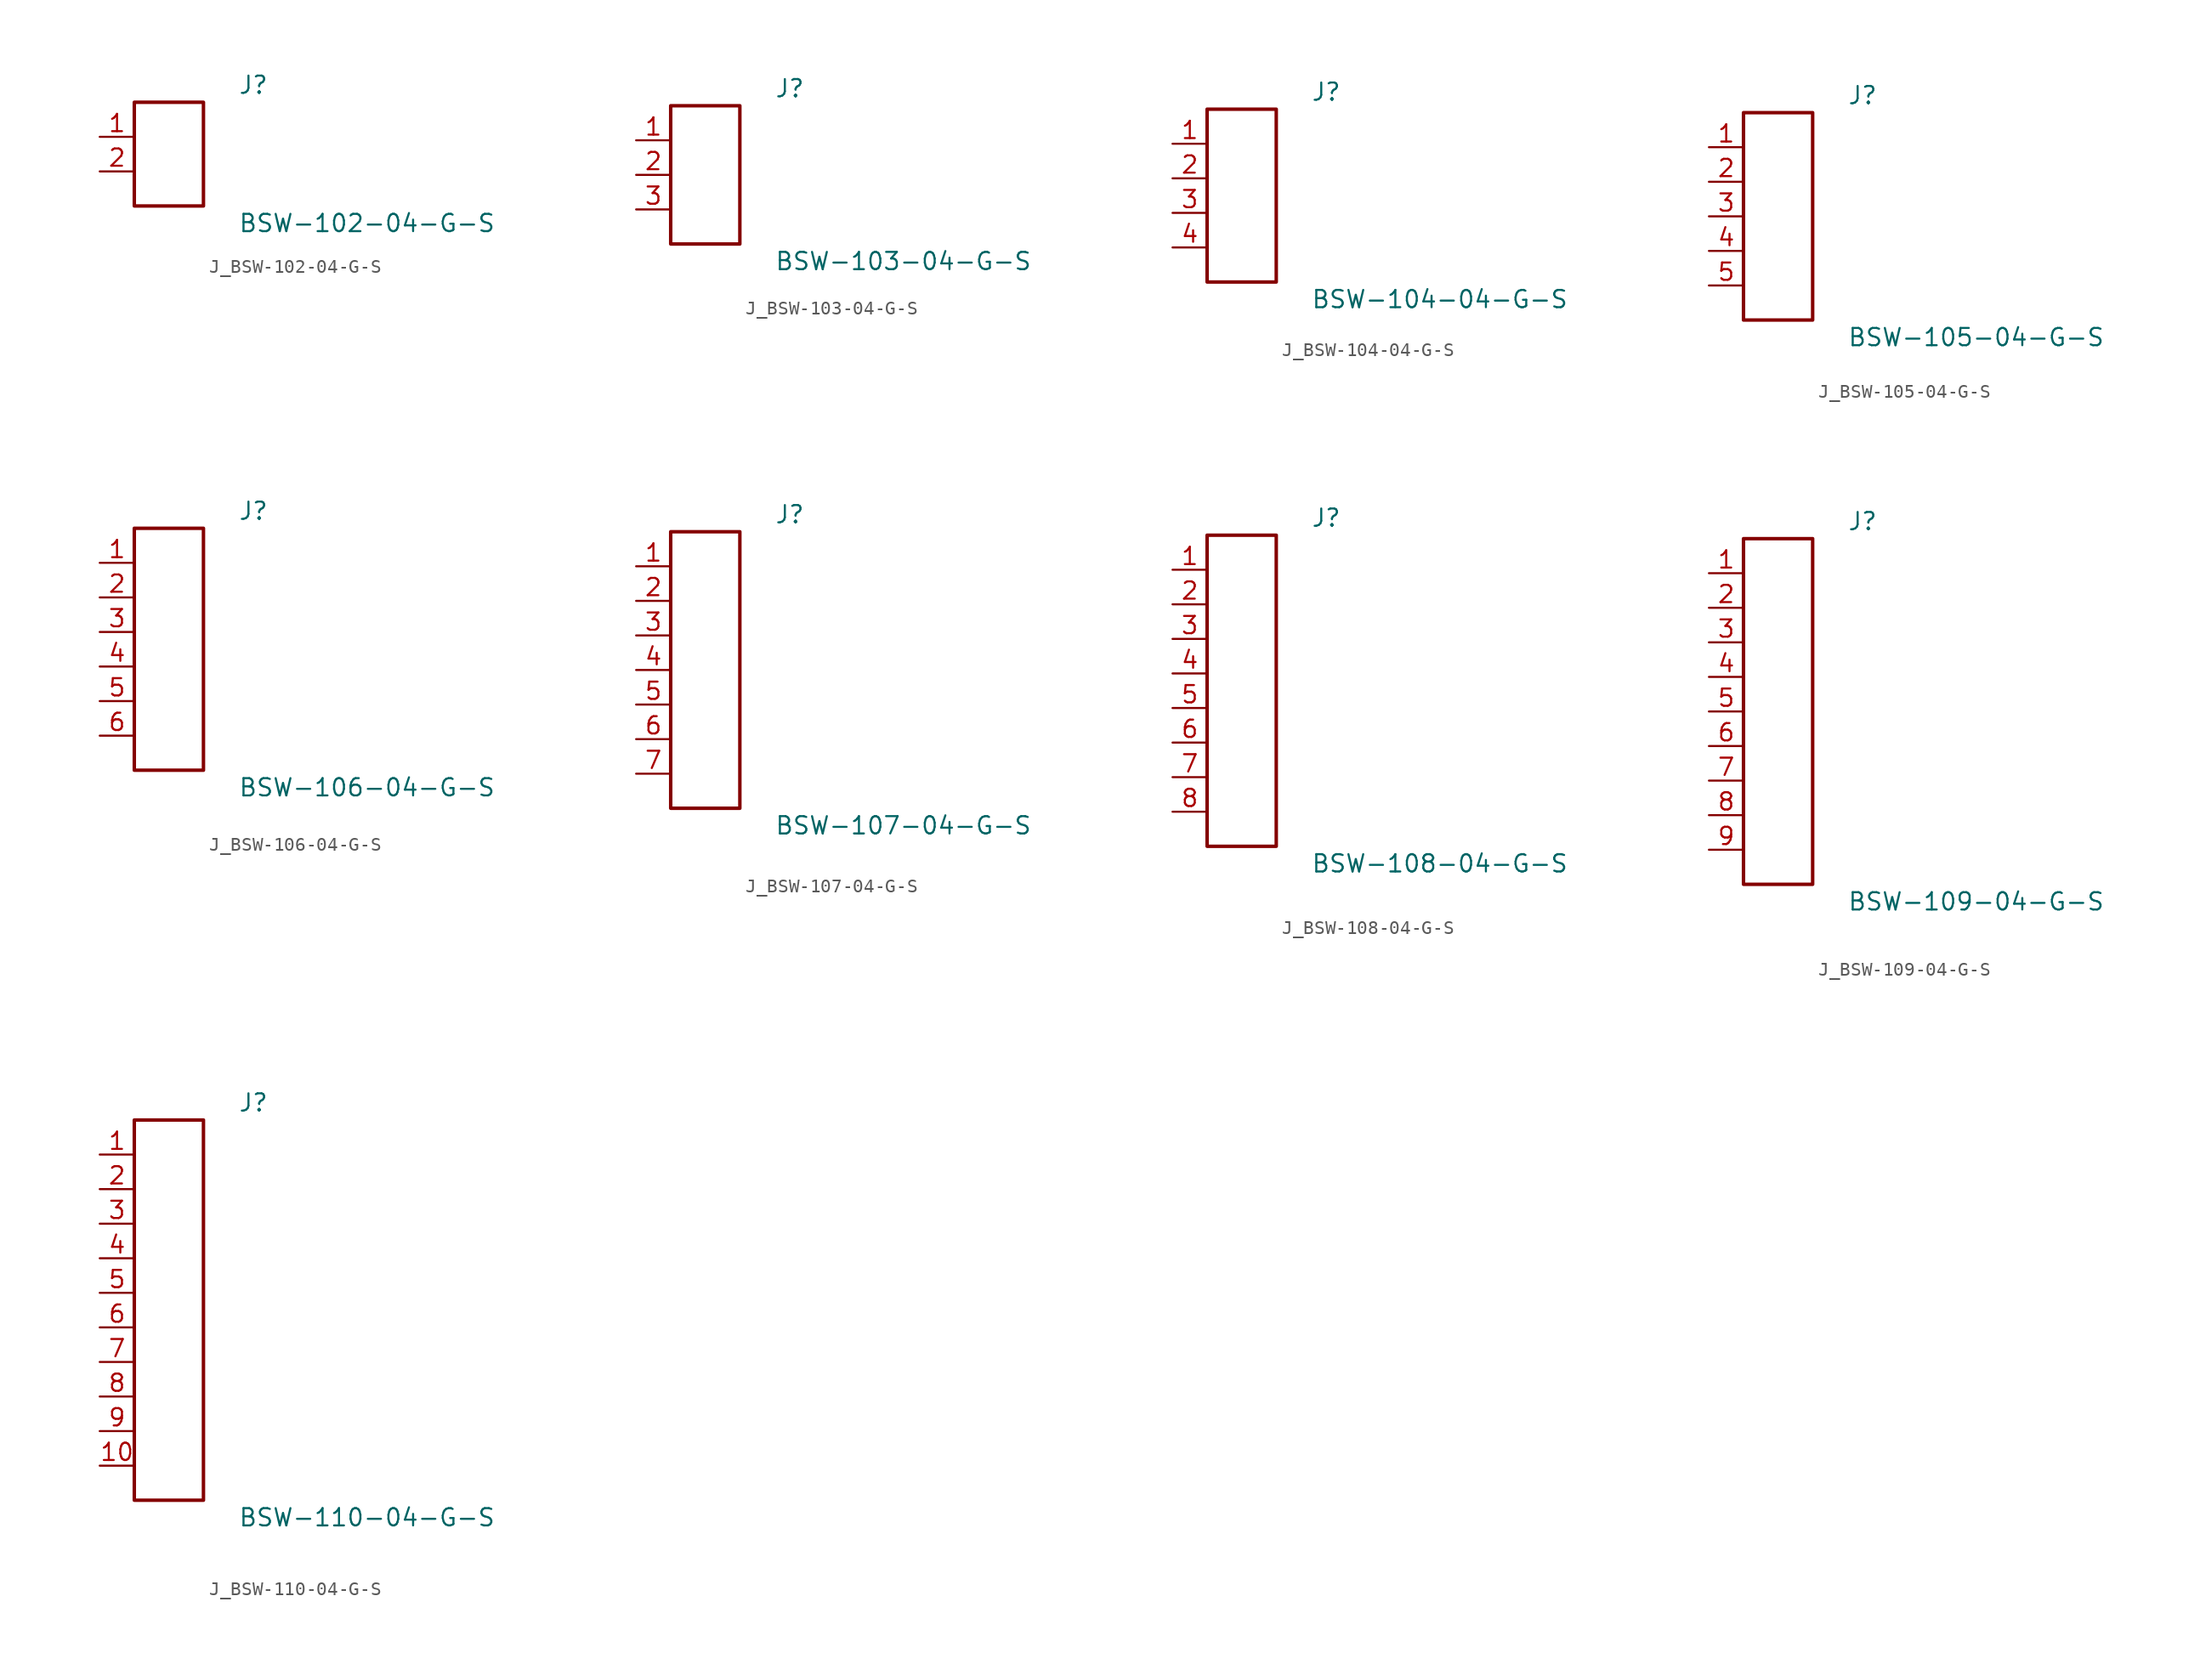
<source format=kicad_sym>
(kicad_symbol_lib
  (version 20231120)
  (generator kicad_symbol_editor)
  (generator_version 8.0)
  (symbol "J_BSW-102-04-G-S"
    (pin_names
      (offset 0.254))
    (property "Reference" "J"
      (at 5.08 5.08 0)
      (effects (font (size 1.27 1.27)) (justify left)))
    (property "Value" "BSW-102-04-G-S"
      (at 5.08 -5.08 0)
      (effects (font (size 1.27 1.27)) (justify left)))
    (symbol "J_BSW-102-04-G-S_0_0"
      (pin unspecified line (at -5.08 1.27 0) (length 2.54) (name "" (effects (font (size 1.27 1.27)))) (number "1" (effects (font (size 1.27 1.27)))))
      (pin unspecified line (at -5.08 -1.27 0) (length 2.54) (name "" (effects (font (size 1.27 1.27)))) (number "2" (effects (font (size 1.27 1.27))))))
    (symbol "J_BSW-102-04-G-S_1_0"
      (rectangle (start -2.54 3.81) (end 2.54 -3.81) (stroke (width 0.254) (type solid)) (fill (type none)))))
  (symbol "J_BSW-103-04-G-S"
    (pin_names
      (offset 0.254))
    (property "Reference" "J"
      (at 5.08 6.35 0)
      (effects (font (size 1.27 1.27)) (justify left)))
    (property "Value" "BSW-103-04-G-S"
      (at 5.08 -6.35 0)
      (effects (font (size 1.27 1.27)) (justify left)))
    (symbol "J_BSW-103-04-G-S_0_0"
      (pin unspecified line (at -5.08 2.54 0) (length 2.54) (name "" (effects (font (size 1.27 1.27)))) (number "1" (effects (font (size 1.27 1.27)))))
      (pin unspecified line (at -5.08 0.0 0) (length 2.54) (name "" (effects (font (size 1.27 1.27)))) (number "2" (effects (font (size 1.27 1.27)))))
      (pin unspecified line (at -5.08 -2.54 0) (length 2.54) (name "" (effects (font (size 1.27 1.27)))) (number "3" (effects (font (size 1.27 1.27))))))
    (symbol "J_BSW-103-04-G-S_1_0"
      (rectangle (start -2.54 5.08) (end 2.54 -5.08) (stroke (width 0.254) (type solid)) (fill (type none)))))
  (symbol "J_BSW-104-04-G-S"
    (pin_names
      (offset 0.254))
    (property "Reference" "J"
      (at 5.08 7.62 0)
      (effects (font (size 1.27 1.27)) (justify left)))
    (property "Value" "BSW-104-04-G-S"
      (at 5.08 -7.62 0)
      (effects (font (size 1.27 1.27)) (justify left)))
    (symbol "J_BSW-104-04-G-S_0_0"
      (pin unspecified line (at -5.08 3.81 0) (length 2.54) (name "" (effects (font (size 1.27 1.27)))) (number "1" (effects (font (size 1.27 1.27)))))
      (pin unspecified line (at -5.08 1.27 0) (length 2.54) (name "" (effects (font (size 1.27 1.27)))) (number "2" (effects (font (size 1.27 1.27)))))
      (pin unspecified line (at -5.08 -1.27 0) (length 2.54) (name "" (effects (font (size 1.27 1.27)))) (number "3" (effects (font (size 1.27 1.27)))))
      (pin unspecified line (at -5.08 -3.81 0) (length 2.54) (name "" (effects (font (size 1.27 1.27)))) (number "4" (effects (font (size 1.27 1.27))))))
    (symbol "J_BSW-104-04-G-S_1_0"
      (rectangle (start -2.54 6.35) (end 2.54 -6.35) (stroke (width 0.254) (type solid)) (fill (type none)))))
  (symbol "J_BSW-105-04-G-S"
    (pin_names
      (offset 0.254))
    (property "Reference" "J"
      (at 5.08 8.89 0)
      (effects (font (size 1.27 1.27)) (justify left)))
    (property "Value" "BSW-105-04-G-S"
      (at 5.08 -8.89 0)
      (effects (font (size 1.27 1.27)) (justify left)))
    (symbol "J_BSW-105-04-G-S_0_0"
      (pin unspecified line (at -5.08 5.08 0) (length 2.54) (name "" (effects (font (size 1.27 1.27)))) (number "1" (effects (font (size 1.27 1.27)))))
      (pin unspecified line (at -5.08 2.54 0) (length 2.54) (name "" (effects (font (size 1.27 1.27)))) (number "2" (effects (font (size 1.27 1.27)))))
      (pin unspecified line (at -5.08 0.0 0) (length 2.54) (name "" (effects (font (size 1.27 1.27)))) (number "3" (effects (font (size 1.27 1.27)))))
      (pin unspecified line (at -5.08 -2.54 0) (length 2.54) (name "" (effects (font (size 1.27 1.27)))) (number "4" (effects (font (size 1.27 1.27)))))
      (pin unspecified line (at -5.08 -5.08 0) (length 2.54) (name "" (effects (font (size 1.27 1.27)))) (number "5" (effects (font (size 1.27 1.27))))))
    (symbol "J_BSW-105-04-G-S_1_0"
      (rectangle (start -2.54 7.62) (end 2.54 -7.62) (stroke (width 0.254) (type solid)) (fill (type none)))))
  (symbol "J_BSW-106-04-G-S"
    (pin_names
      (offset 0.254))
    (property "Reference" "J"
      (at 5.08 10.16 0)
      (effects (font (size 1.27 1.27)) (justify left)))
    (property "Value" "BSW-106-04-G-S"
      (at 5.08 -10.16 0)
      (effects (font (size 1.27 1.27)) (justify left)))
    (symbol "J_BSW-106-04-G-S_0_0"
      (pin unspecified line (at -5.08 6.35 0) (length 2.54) (name "" (effects (font (size 1.27 1.27)))) (number "1" (effects (font (size 1.27 1.27)))))
      (pin unspecified line (at -5.08 3.81 0) (length 2.54) (name "" (effects (font (size 1.27 1.27)))) (number "2" (effects (font (size 1.27 1.27)))))
      (pin unspecified line (at -5.08 1.27 0) (length 2.54) (name "" (effects (font (size 1.27 1.27)))) (number "3" (effects (font (size 1.27 1.27)))))
      (pin unspecified line (at -5.08 -1.27 0) (length 2.54) (name "" (effects (font (size 1.27 1.27)))) (number "4" (effects (font (size 1.27 1.27)))))
      (pin unspecified line (at -5.08 -3.81 0) (length 2.54) (name "" (effects (font (size 1.27 1.27)))) (number "5" (effects (font (size 1.27 1.27)))))
      (pin unspecified line (at -5.08 -6.35 0) (length 2.54) (name "" (effects (font (size 1.27 1.27)))) (number "6" (effects (font (size 1.27 1.27))))))
    (symbol "J_BSW-106-04-G-S_1_0"
      (rectangle (start -2.54 8.89) (end 2.54 -8.89) (stroke (width 0.254) (type solid)) (fill (type none)))))
  (symbol "J_BSW-107-04-G-S"
    (pin_names
      (offset 0.254))
    (property "Reference" "J"
      (at 5.08 11.43 0)
      (effects (font (size 1.27 1.27)) (justify left)))
    (property "Value" "BSW-107-04-G-S"
      (at 5.08 -11.43 0)
      (effects (font (size 1.27 1.27)) (justify left)))
    (symbol "J_BSW-107-04-G-S_0_0"
      (pin unspecified line (at -5.08 7.62 0) (length 2.54) (name "" (effects (font (size 1.27 1.27)))) (number "1" (effects (font (size 1.27 1.27)))))
      (pin unspecified line (at -5.08 5.08 0) (length 2.54) (name "" (effects (font (size 1.27 1.27)))) (number "2" (effects (font (size 1.27 1.27)))))
      (pin unspecified line (at -5.08 2.54 0) (length 2.54) (name "" (effects (font (size 1.27 1.27)))) (number "3" (effects (font (size 1.27 1.27)))))
      (pin unspecified line (at -5.08 0.0 0) (length 2.54) (name "" (effects (font (size 1.27 1.27)))) (number "4" (effects (font (size 1.27 1.27)))))
      (pin unspecified line (at -5.08 -2.54 0) (length 2.54) (name "" (effects (font (size 1.27 1.27)))) (number "5" (effects (font (size 1.27 1.27)))))
      (pin unspecified line (at -5.08 -5.08 0) (length 2.54) (name "" (effects (font (size 1.27 1.27)))) (number "6" (effects (font (size 1.27 1.27)))))
      (pin unspecified line (at -5.08 -7.62 0) (length 2.54) (name "" (effects (font (size 1.27 1.27)))) (number "7" (effects (font (size 1.27 1.27))))))
    (symbol "J_BSW-107-04-G-S_1_0"
      (rectangle (start -2.54 10.16) (end 2.54 -10.16) (stroke (width 0.254) (type solid)) (fill (type none)))))
  (symbol "J_BSW-108-04-G-S"
    (pin_names
      (offset 0.254))
    (property "Reference" "J"
      (at 5.08 12.7 0)
      (effects (font (size 1.27 1.27)) (justify left)))
    (property "Value" "BSW-108-04-G-S"
      (at 5.08 -12.7 0)
      (effects (font (size 1.27 1.27)) (justify left)))
    (symbol "J_BSW-108-04-G-S_0_0"
      (pin unspecified line (at -5.08 8.89 0) (length 2.54) (name "" (effects (font (size 1.27 1.27)))) (number "1" (effects (font (size 1.27 1.27)))))
      (pin unspecified line (at -5.08 6.35 0) (length 2.54) (name "" (effects (font (size 1.27 1.27)))) (number "2" (effects (font (size 1.27 1.27)))))
      (pin unspecified line (at -5.08 3.81 0) (length 2.54) (name "" (effects (font (size 1.27 1.27)))) (number "3" (effects (font (size 1.27 1.27)))))
      (pin unspecified line (at -5.08 1.27 0) (length 2.54) (name "" (effects (font (size 1.27 1.27)))) (number "4" (effects (font (size 1.27 1.27)))))
      (pin unspecified line (at -5.08 -1.27 0) (length 2.54) (name "" (effects (font (size 1.27 1.27)))) (number "5" (effects (font (size 1.27 1.27)))))
      (pin unspecified line (at -5.08 -3.81 0) (length 2.54) (name "" (effects (font (size 1.27 1.27)))) (number "6" (effects (font (size 1.27 1.27)))))
      (pin unspecified line (at -5.08 -6.35 0) (length 2.54) (name "" (effects (font (size 1.27 1.27)))) (number "7" (effects (font (size 1.27 1.27)))))
      (pin unspecified line (at -5.08 -8.89 0) (length 2.54) (name "" (effects (font (size 1.27 1.27)))) (number "8" (effects (font (size 1.27 1.27))))))
    (symbol "J_BSW-108-04-G-S_1_0"
      (rectangle (start -2.54 11.43) (end 2.54 -11.43) (stroke (width 0.254) (type solid)) (fill (type none)))))
  (symbol "J_BSW-109-04-G-S"
    (pin_names
      (offset 0.254))
    (property "Reference" "J"
      (at 5.08 13.97 0)
      (effects (font (size 1.27 1.27)) (justify left)))
    (property "Value" "BSW-109-04-G-S"
      (at 5.08 -13.97 0)
      (effects (font (size 1.27 1.27)) (justify left)))
    (symbol "J_BSW-109-04-G-S_0_0"
      (pin unspecified line (at -5.08 10.16 0) (length 2.54) (name "" (effects (font (size 1.27 1.27)))) (number "1" (effects (font (size 1.27 1.27)))))
      (pin unspecified line (at -5.08 7.62 0) (length 2.54) (name "" (effects (font (size 1.27 1.27)))) (number "2" (effects (font (size 1.27 1.27)))))
      (pin unspecified line (at -5.08 5.08 0) (length 2.54) (name "" (effects (font (size 1.27 1.27)))) (number "3" (effects (font (size 1.27 1.27)))))
      (pin unspecified line (at -5.08 2.54 0) (length 2.54) (name "" (effects (font (size 1.27 1.27)))) (number "4" (effects (font (size 1.27 1.27)))))
      (pin unspecified line (at -5.08 0.0 0) (length 2.54) (name "" (effects (font (size 1.27 1.27)))) (number "5" (effects (font (size 1.27 1.27)))))
      (pin unspecified line (at -5.08 -2.54 0) (length 2.54) (name "" (effects (font (size 1.27 1.27)))) (number "6" (effects (font (size 1.27 1.27)))))
      (pin unspecified line (at -5.08 -5.08 0) (length 2.54) (name "" (effects (font (size 1.27 1.27)))) (number "7" (effects (font (size 1.27 1.27)))))
      (pin unspecified line (at -5.08 -7.62 0) (length 2.54) (name "" (effects (font (size 1.27 1.27)))) (number "8" (effects (font (size 1.27 1.27)))))
      (pin unspecified line (at -5.08 -10.16 0) (length 2.54) (name "" (effects (font (size 1.27 1.27)))) (number "9" (effects (font (size 1.27 1.27))))))
    (symbol "J_BSW-109-04-G-S_1_0"
      (rectangle (start -2.54 12.7) (end 2.54 -12.7) (stroke (width 0.254) (type solid)) (fill (type none)))))
  (symbol "J_BSW-110-04-G-S"
    (pin_names
      (offset 0.254))
    (property "Reference" "J"
      (at 5.08 15.24 0)
      (effects (font (size 1.27 1.27)) (justify left)))
    (property "Value" "BSW-110-04-G-S"
      (at 5.08 -15.24 0)
      (effects (font (size 1.27 1.27)) (justify left)))
    (symbol "J_BSW-110-04-G-S_0_0"
      (pin unspecified line (at -5.08 11.43 0) (length 2.54) (name "" (effects (font (size 1.27 1.27)))) (number "1" (effects (font (size 1.27 1.27)))))
      (pin unspecified line (at -5.08 8.89 0) (length 2.54) (name "" (effects (font (size 1.27 1.27)))) (number "2" (effects (font (size 1.27 1.27)))))
      (pin unspecified line (at -5.08 6.35 0) (length 2.54) (name "" (effects (font (size 1.27 1.27)))) (number "3" (effects (font (size 1.27 1.27)))))
      (pin unspecified line (at -5.08 3.81 0) (length 2.54) (name "" (effects (font (size 1.27 1.27)))) (number "4" (effects (font (size 1.27 1.27)))))
      (pin unspecified line (at -5.08 1.27 0) (length 2.54) (name "" (effects (font (size 1.27 1.27)))) (number "5" (effects (font (size 1.27 1.27)))))
      (pin unspecified line (at -5.08 -1.27 0) (length 2.54) (name "" (effects (font (size 1.27 1.27)))) (number "6" (effects (font (size 1.27 1.27)))))
      (pin unspecified line (at -5.08 -3.81 0) (length 2.54) (name "" (effects (font (size 1.27 1.27)))) (number "7" (effects (font (size 1.27 1.27)))))
      (pin unspecified line (at -5.08 -6.35 0) (length 2.54) (name "" (effects (font (size 1.27 1.27)))) (number "8" (effects (font (size 1.27 1.27)))))
      (pin unspecified line (at -5.08 -8.89 0) (length 2.54) (name "" (effects (font (size 1.27 1.27)))) (number "9" (effects (font (size 1.27 1.27)))))
      (pin unspecified line (at -5.08 -11.43 0) (length 2.54) (name "" (effects (font (size 1.27 1.27)))) (number "10" (effects (font (size 1.27 1.27))))))
    (symbol "J_BSW-110-04-G-S_1_0"
      (rectangle (start -2.54 13.97) (end 2.54 -13.97) (stroke (width 0.254) (type solid)) (fill (type none))))))
</source>
